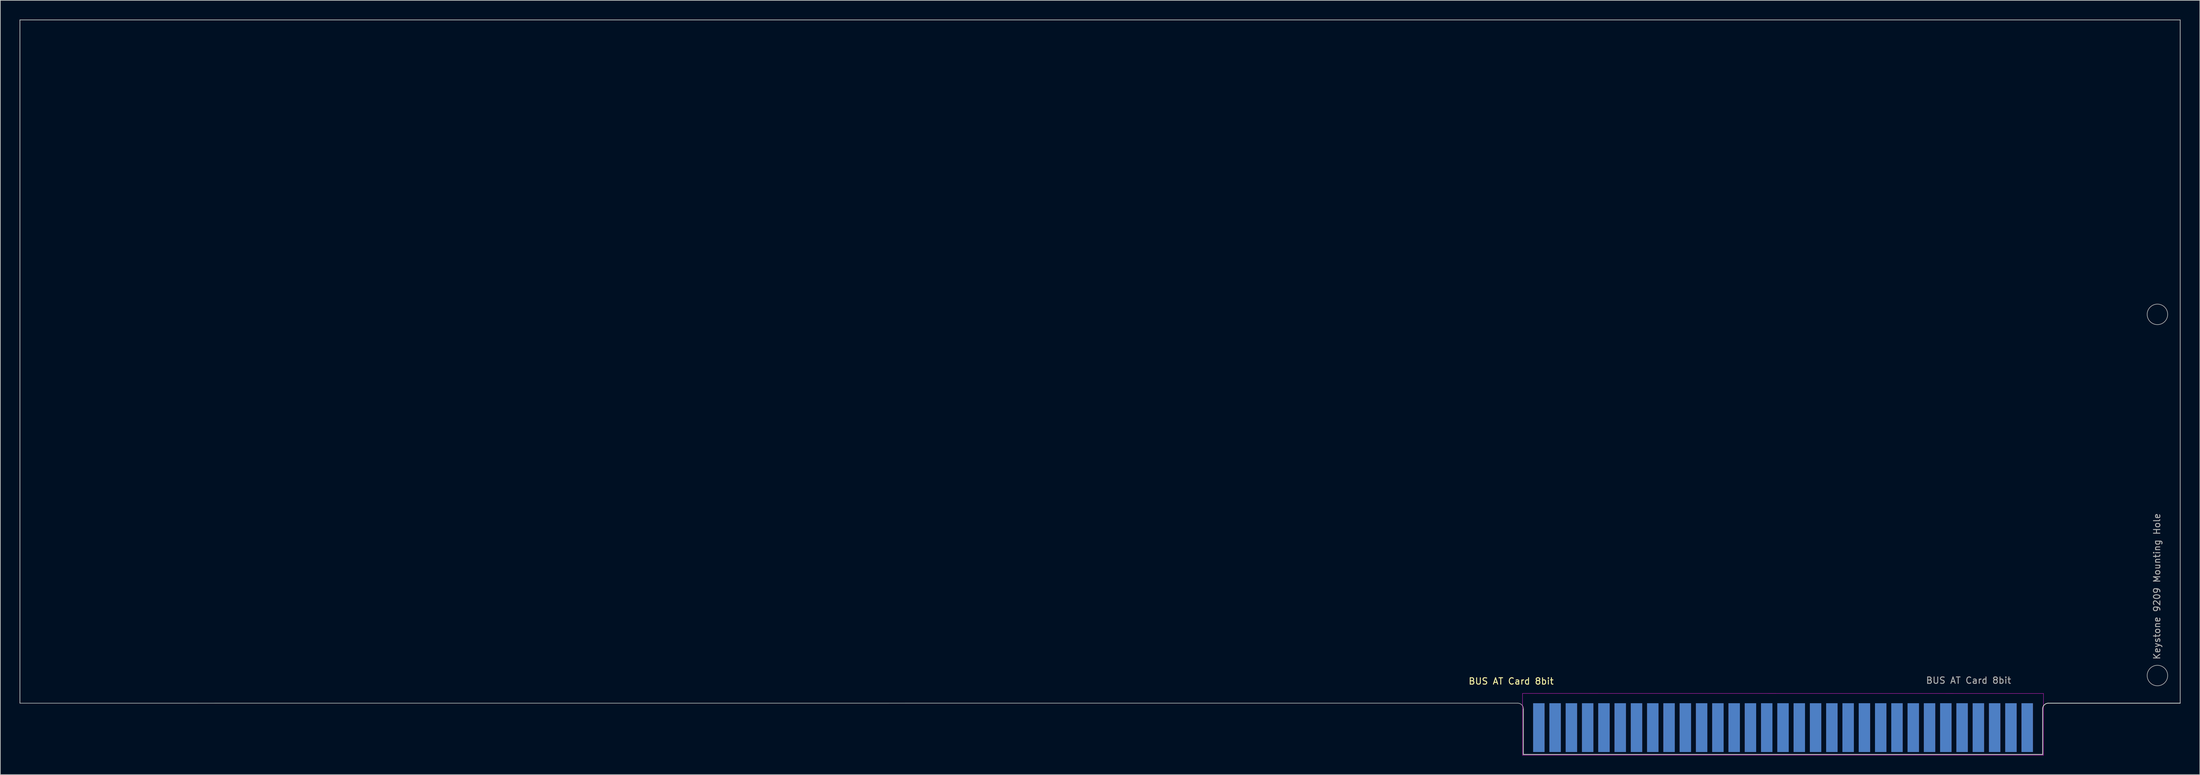
<source format=kicad_pcb>
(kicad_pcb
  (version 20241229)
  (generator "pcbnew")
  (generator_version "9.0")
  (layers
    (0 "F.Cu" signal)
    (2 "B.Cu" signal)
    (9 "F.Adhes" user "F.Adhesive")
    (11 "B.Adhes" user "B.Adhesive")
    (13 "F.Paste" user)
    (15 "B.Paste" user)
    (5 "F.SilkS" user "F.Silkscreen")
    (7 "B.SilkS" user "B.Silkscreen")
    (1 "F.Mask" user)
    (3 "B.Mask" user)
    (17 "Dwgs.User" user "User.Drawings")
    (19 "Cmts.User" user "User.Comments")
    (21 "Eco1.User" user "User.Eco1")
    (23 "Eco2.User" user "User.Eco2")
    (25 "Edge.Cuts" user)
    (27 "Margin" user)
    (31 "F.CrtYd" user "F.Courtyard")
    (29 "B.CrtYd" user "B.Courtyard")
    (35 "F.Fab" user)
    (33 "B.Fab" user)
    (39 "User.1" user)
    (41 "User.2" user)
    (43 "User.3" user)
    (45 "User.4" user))
  (footprint "BUS AT Card 8bit"
    (layer "F.Cu")
    (at 313.242 106.74)
    (property "Reference" "BUS AT Card 8bit" (at -80.518 -3.429 0) (unlocked yes) (layer "F.SilkS") (effects (font (size 1 1) (thickness 0.15))))
    (fp_line (start -78.613 8.001) (end -78.613 0.889) (stroke (width 0.12) (type default)) (layer "Edge.Cuts"))
    (fp_line (start -78.613 8.001) (end 2.413 8.001) (stroke (width 0.12) (type default)) (layer "Edge.Cuts"))
    (fp_line (start 2.413 8.001) (end 2.413 0.889) (stroke (width 0.12) (type default)) (layer "Edge.Cuts"))
    (fp_line (start 3.302 0) (end 23.876 0) (stroke (width 0.12) (type default)) (layer "Edge.Cuts"))
    (fp_arc (start 2.413 0.889) (mid 2.673382 0.260382) (end 3.302 0) (stroke (width 0.12) (type default)) (layer "Edge.Cuts"))
    (fp_line (start -78.74 -1.524) (end -78.74 8.128) (stroke (width 0.05) (type solid)) (layer "F.CrtYd"))
    (fp_line (start -78.74 -1.524) (end 2.54 -1.516) (stroke (width 0.05) (type solid)) (layer "F.CrtYd"))
    (fp_line (start 2.54 8.128) (end -78.74 8.128) (stroke (width 0.05) (type solid)) (layer "F.CrtYd"))
    (fp_line (start 2.54 8.128) (end 2.54 -1.516) (stroke (width 0.05) (type solid)) (layer "F.CrtYd"))
    (fp_line (start -313.182 -106.68) (end 23.876 -106.68) (stroke (width 0.12) (type default)) (layer "F.Fab"))
    (fp_line (start -313.182 0) (end -313.182 -106.68) (stroke (width 0.12) (type default)) (layer "F.Fab"))
    (fp_line (start -79.496 -0.006) (end -313.182 0) (stroke (width 0.1) (type default)) (layer "F.Fab"))
    (fp_line (start 23.876 0) (end 23.876 -106.68) (stroke (width 0.12) (type default)) (layer "F.Fab"))
    (fp_arc (start -79.495618 -0.006382) (mid -78.867 0.254) (end -78.606618 0.882618) (stroke (width 0.1) (type default)) (layer "F.Fab"))
    (fp_circle (center 20.32 -60.706) (end 21.92 -60.706) (stroke (width 0.1) (type default)) (fill no) (layer "F.Fab"))
    (fp_circle (center 20.32 -4.318) (end 21.92 -4.318) (stroke (width 0.1) (type default)) (fill no) (layer "F.Fab"))
    (fp_text user "Keystone 9209 Mounting Hole" (at 20.828 -6.731 90) (unlocked yes) (layer "F.Fab") (effects (font (size 1 1) (thickness 0.15)) (justify left bottom)))
    (fp_text user "${REFERENCE}" (at -9.144 -3.556 0) (unlocked yes) (layer "F.Fab") (effects (font (size 1 1) (thickness 0.15))))
    (pad "1" connect rect (at 0.004 3.814) (size 1.78 7.62) (layers "B.Cu" "B.Mask"))
    (pad "2" connect rect (at -2.536 3.814) (size 1.78 7.62) (layers "B.Cu" "B.Mask"))
    (pad "3" connect rect (at -5.076 3.814) (size 1.78 7.62) (layers "B.Cu" "B.Mask"))
    (pad "4" connect rect (at -7.616 3.814) (size 1.78 7.62) (layers "B.Cu" "B.Mask"))
    (pad "5" connect rect (at -10.156 3.814) (size 1.78 7.62) (layers "B.Cu" "B.Mask"))
    (pad "6" connect rect (at -12.696 3.814) (size 1.78 7.62) (layers "B.Cu" "B.Mask"))
    (pad "7" connect rect (at -15.236 3.814) (size 1.78 7.62) (layers "B.Cu" "B.Mask"))
    (pad "8" connect rect (at -17.776 3.814) (size 1.78 7.62) (layers "B.Cu" "B.Mask"))
    (pad "9" connect rect (at -20.316 3.814) (size 1.78 7.62) (layers "B.Cu" "B.Mask"))
    (pad "10" connect rect (at -22.856 3.814) (size 1.78 7.62) (layers "B.Cu" "B.Mask"))
    (pad "11" connect rect (at -25.396 3.814) (size 1.78 7.62) (layers "B.Cu" "B.Mask"))
    (pad "12" connect rect (at -27.936 3.814) (size 1.78 7.62) (layers "B.Cu" "B.Mask"))
    (pad "13" connect rect (at -30.476 3.814) (size 1.78 7.62) (layers "B.Cu" "B.Mask"))
    (pad "14" connect rect (at -33.016 3.814) (size 1.78 7.62) (layers "B.Cu" "B.Mask"))
    (pad "15" connect rect (at -35.556 3.814) (size 1.78 7.62) (layers "B.Cu" "B.Mask"))
    (pad "16" connect rect (at -38.096 3.814) (size 1.78 7.62) (layers "B.Cu" "B.Mask"))
    (pad "17" connect rect (at -40.636 3.814) (size 1.78 7.62) (layers "B.Cu" "B.Mask"))
    (pad "18" connect rect (at -43.176 3.814) (size 1.78 7.62) (layers "B.Cu" "B.Mask"))
    (pad "19" connect rect (at -45.716 3.814) (size 1.78 7.62) (layers "B.Cu" "B.Mask"))
    (pad "20" connect rect (at -48.256 3.814) (size 1.78 7.62) (layers "B.Cu" "B.Mask"))
    (pad "21" connect rect (at -50.796 3.814) (size 1.78 7.62) (layers "B.Cu" "B.Mask"))
    (pad "22" connect rect (at -53.336 3.814) (size 1.78 7.62) (layers "B.Cu" "B.Mask"))
    (pad "23" connect rect (at -55.876 3.814) (size 1.78 7.62) (layers "B.Cu" "B.Mask"))
    (pad "24" connect rect (at -58.416 3.814) (size 1.78 7.62) (layers "B.Cu" "B.Mask"))
    (pad "25" connect rect (at -60.956 3.814) (size 1.78 7.62) (layers "B.Cu" "B.Mask"))
    (pad "26" connect rect (at -63.496 3.814) (size 1.78 7.62) (layers "B.Cu" "B.Mask"))
    (pad "27" connect rect (at -66.036 3.814) (size 1.78 7.62) (layers "B.Cu" "B.Mask"))
    (pad "28" connect rect (at -68.576 3.814) (size 1.78 7.62) (layers "B.Cu" "B.Mask"))
    (pad "29" connect rect (at -71.116 3.814) (size 1.78 7.62) (layers "B.Cu" "B.Mask"))
    (pad "30" connect rect (at -73.656 3.814) (size 1.78 7.62) (layers "B.Cu" "B.Mask"))
    (pad "31" connect rect (at -76.196 3.814) (size 1.78 7.62) (layers "B.Cu" "B.Mask"))
    (pad "32" connect rect (at 0.004 3.814) (size 1.78 7.62) (layers "F.Cu" "F.Mask"))
    (pad "33" connect rect (at -2.536 3.814) (size 1.78 7.62) (layers "F.Cu" "F.Mask"))
    (pad "34" connect rect (at -5.076 3.814) (size 1.78 7.62) (layers "F.Cu" "F.Mask"))
    (pad "35" connect rect (at -7.616 3.814) (size 1.78 7.62) (layers "F.Cu" "F.Mask"))
    (pad "36" connect rect (at -10.156 3.814) (size 1.78 7.62) (layers "F.Cu" "F.Mask"))
    (pad "37" connect rect (at -12.696 3.814) (size 1.78 7.62) (layers "F.Cu" "F.Mask"))
    (pad "38" connect rect (at -15.236 3.814) (size 1.78 7.62) (layers "F.Cu" "F.Mask"))
    (pad "39" connect rect (at -17.776 3.814) (size 1.78 7.62) (layers "F.Cu" "F.Mask"))
    (pad "40" connect rect (at -20.316 3.814) (size 1.78 7.62) (layers "F.Cu" "F.Mask"))
    (pad "41" connect rect (at -22.856 3.814) (size 1.78 7.62) (layers "F.Cu" "F.Mask"))
    (pad "42" connect rect (at -25.396 3.814) (size 1.78 7.62) (layers "F.Cu" "F.Mask"))
    (pad "43" connect rect (at -27.936 3.814) (size 1.78 7.62) (layers "F.Cu" "F.Mask"))
    (pad "44" connect rect (at -30.476 3.814) (size 1.78 7.62) (layers "F.Cu" "F.Mask"))
    (pad "45" connect rect (at -33.016 3.814) (size 1.78 7.62) (layers "F.Cu" "F.Mask"))
    (pad "46" connect rect (at -35.556 3.814) (size 1.78 7.62) (layers "F.Cu" "F.Mask"))
    (pad "47" connect rect (at -38.096 3.814) (size 1.78 7.62) (layers "F.Cu" "F.Mask"))
    (pad "48" connect rect (at -40.636 3.814) (size 1.78 7.62) (layers "F.Cu" "F.Mask"))
    (pad "49" connect rect (at -43.176 3.814) (size 1.78 7.62) (layers "F.Cu" "F.Mask"))
    (pad "50" connect rect (at -45.716 3.814) (size 1.78 7.62) (layers "F.Cu" "F.Mask"))
    (pad "51" connect rect (at -48.256 3.814) (size 1.78 7.62) (layers "F.Cu" "F.Mask"))
    (pad "52" connect rect (at -50.796 3.814) (size 1.78 7.62) (layers "F.Cu" "F.Mask"))
    (pad "53" connect rect (at -53.336 3.814) (size 1.78 7.62) (layers "F.Cu" "F.Mask"))
    (pad "54" connect rect (at -55.876 3.814) (size 1.78 7.62) (layers "F.Cu" "F.Mask"))
    (pad "55" connect rect (at -58.416 3.814) (size 1.78 7.62) (layers "F.Cu" "F.Mask"))
    (pad "56" connect rect (at -60.956 3.814) (size 1.78 7.62) (layers "F.Cu" "F.Mask"))
    (pad "57" connect rect (at -63.496 3.814) (size 1.78 7.62) (layers "F.Cu" "F.Mask"))
    (pad "58" connect rect (at -66.036 3.814) (size 1.78 7.62) (layers "F.Cu" "F.Mask"))
    (pad "59" connect rect (at -68.576 3.814) (size 1.78 7.62) (layers "F.Cu" "F.Mask"))
    (pad "60" connect rect (at -71.116 3.814) (size 1.78 7.62) (layers "F.Cu" "F.Mask"))
    (pad "61" connect rect (at -73.656 3.814) (size 1.78 7.62) (layers "F.Cu" "F.Mask"))
    (pad "62" connect rect (at -76.196 3.814) (size 1.78 7.62) (layers "F.Cu" "F.Mask")))
  (gr_rect
    (start -3 -3)
    (end 340.178 117.893)
    (stroke (width 0.1) (type default))
    (fill no)
    (layer "Edge.Cuts")))
</source>
